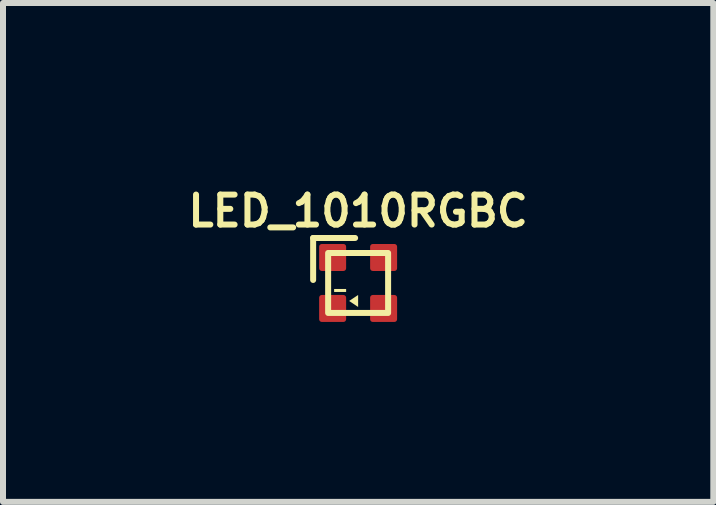
<source format=kicad_pcb>
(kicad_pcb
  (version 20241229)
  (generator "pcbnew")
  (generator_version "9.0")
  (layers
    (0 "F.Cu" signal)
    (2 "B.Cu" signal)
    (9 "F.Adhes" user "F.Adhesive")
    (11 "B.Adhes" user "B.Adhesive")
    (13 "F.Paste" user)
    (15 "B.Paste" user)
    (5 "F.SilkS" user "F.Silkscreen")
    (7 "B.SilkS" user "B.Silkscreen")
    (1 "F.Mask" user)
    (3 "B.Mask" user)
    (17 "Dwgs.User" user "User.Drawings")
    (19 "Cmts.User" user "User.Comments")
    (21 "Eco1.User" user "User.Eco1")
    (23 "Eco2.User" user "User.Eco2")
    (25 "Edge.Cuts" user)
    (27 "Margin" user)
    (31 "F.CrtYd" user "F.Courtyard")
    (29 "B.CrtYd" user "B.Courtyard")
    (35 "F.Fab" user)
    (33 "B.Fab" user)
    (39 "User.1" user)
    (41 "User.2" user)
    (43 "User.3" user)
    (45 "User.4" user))
  (footprint "LED_1010RGBC"
    (layer "F.Cu")
    (at 2.921 1.668)
    (property "Reference" "LED_1010RGBC" (at 0 -1.2 0) (unlocked yes) (layer "F.SilkS") (effects (font (size 0.5 0.5) (thickness 0.1) (bold yes))))
    (attr smd)
    (fp_line (start -0.75 -0.75) (end -0.05 -0.75) (stroke (width 0.1) (type default)) (layer "F.SilkS"))
    (fp_line (start -0.75 -0.05) (end -0.75 -0.75) (stroke (width 0.1) (type default)) (layer "F.SilkS"))
    (fp_rect (start -0.5 -0.5) (end 0.5 0.5) (stroke (width 0.1) (type default)) (fill no) (layer "F.SilkS"))
    (fp_rect (start -0.4 0.1) (end -0.2 0.15) (stroke (width 0) (type solid)) (fill yes) (layer "F.SilkS"))
    (fp_poly (pts (xy -0.15 0.3) (xy 0 0.2) (xy 0 0.4)) (stroke (width 0) (type solid)) (fill yes) (layer "F.SilkS"))
    (pad "1" smd roundrect (at -0.425 -0.425) (size 0.45 0.45) (layers "F.Cu" "F.Mask" "F.Paste") (roundrect_rratio 0.1))
    (pad "2" smd roundrect (at 0.425 -0.425) (size 0.45 0.45) (layers "F.Cu" "F.Mask" "F.Paste") (roundrect_rratio 0.1))
    (pad "3" smd roundrect (at -0.425 0.425) (size 0.45 0.45) (layers "F.Cu" "F.Mask" "F.Paste") (roundrect_rratio 0.1))
    (pad "4" smd roundrect (at 0.425 0.425) (size 0.45 0.45) (layers "F.Cu" "F.Mask" "F.Paste") (roundrect_rratio 0.1)))
  (gr_rect
    (start -3 -3)
    (end 8.843 5.318)
    (stroke (width 0.1) (type default))
    (fill no)
    (layer "Edge.Cuts")))
</source>
